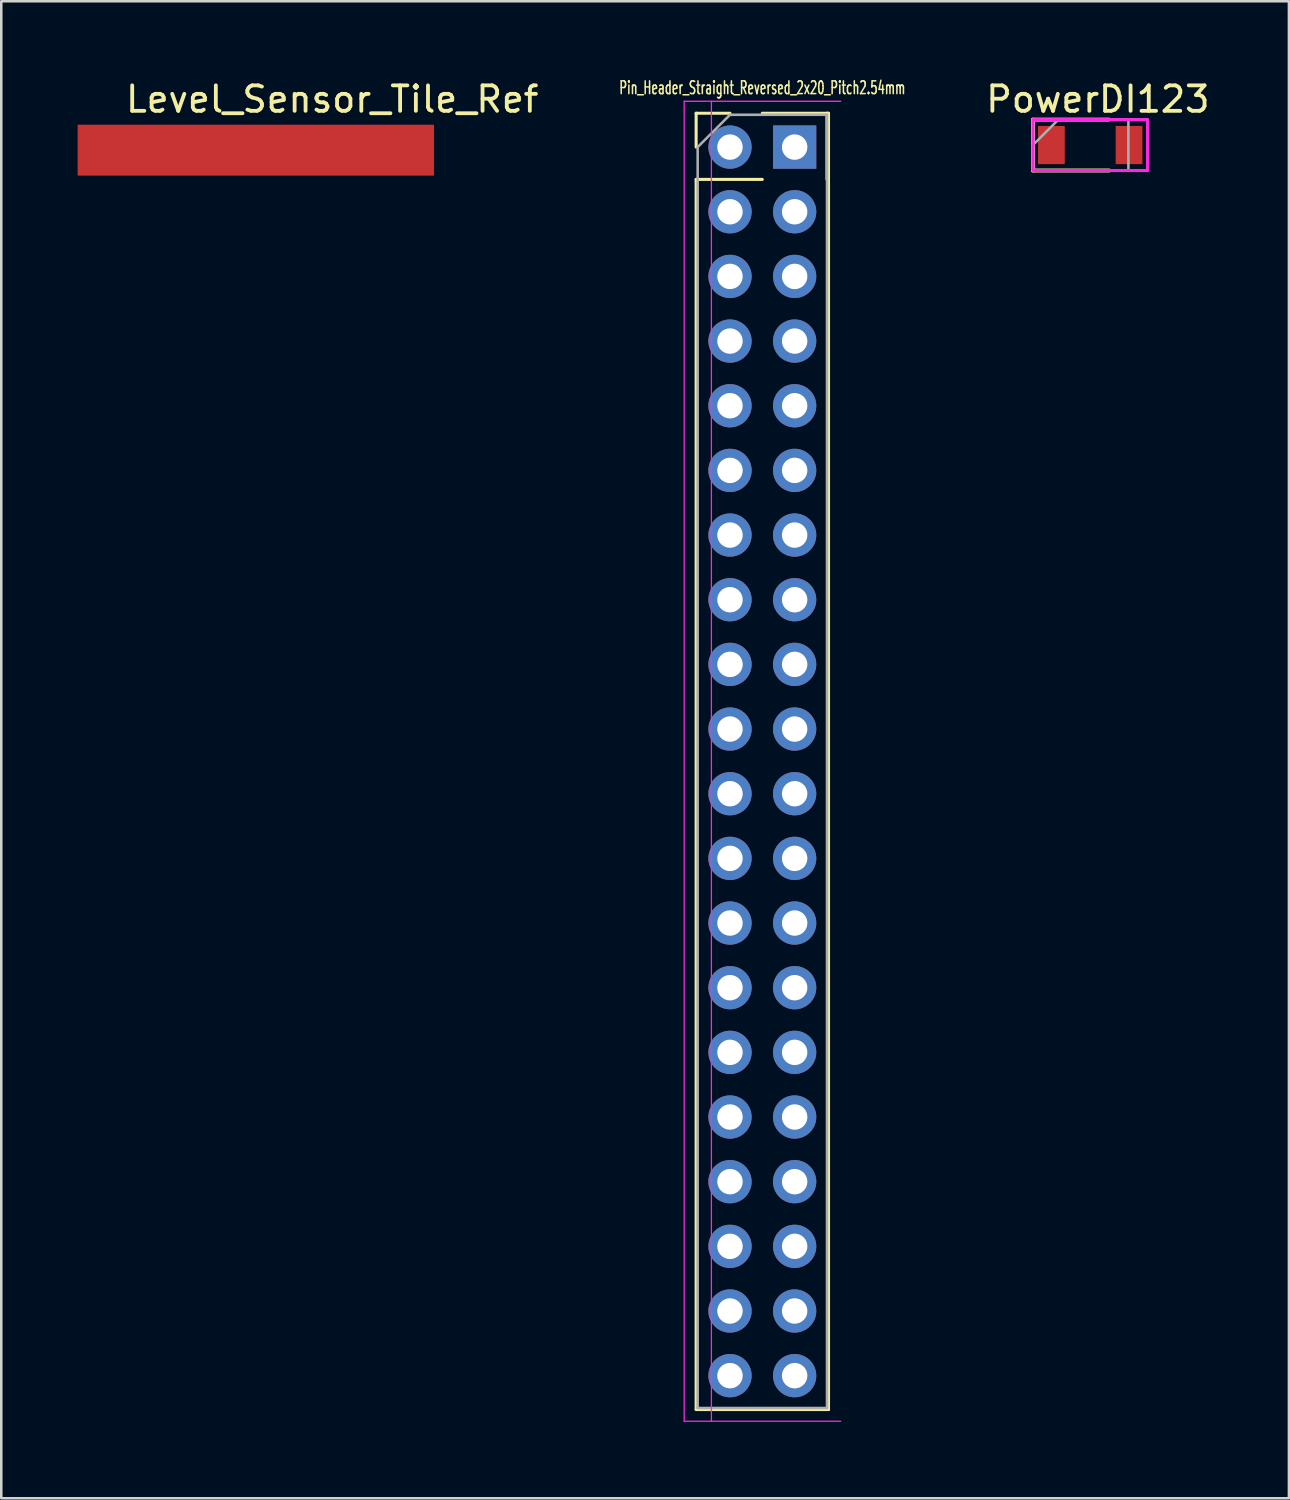
<source format=kicad_pcb>
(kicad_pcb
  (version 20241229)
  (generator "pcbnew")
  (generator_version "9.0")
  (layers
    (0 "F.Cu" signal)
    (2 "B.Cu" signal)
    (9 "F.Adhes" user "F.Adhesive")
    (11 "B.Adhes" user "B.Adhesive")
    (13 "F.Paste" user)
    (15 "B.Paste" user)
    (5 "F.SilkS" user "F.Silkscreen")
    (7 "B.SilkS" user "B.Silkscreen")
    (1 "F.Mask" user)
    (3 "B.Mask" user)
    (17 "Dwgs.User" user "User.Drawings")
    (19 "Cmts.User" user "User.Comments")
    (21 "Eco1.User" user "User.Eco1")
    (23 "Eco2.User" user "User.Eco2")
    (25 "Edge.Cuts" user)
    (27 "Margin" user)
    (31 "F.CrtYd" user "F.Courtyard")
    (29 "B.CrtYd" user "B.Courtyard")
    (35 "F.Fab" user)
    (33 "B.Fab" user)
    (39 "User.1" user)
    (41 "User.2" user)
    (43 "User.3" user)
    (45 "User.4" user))
  (footprint "Level_Sensor_Tile_Ref"
    (layer "F.Cu")
    (at 7 2.848)
    (property "Reference" "Level_Sensor_Tile_Ref" (at 3 -2 0) (unlocked yes) (layer "F.SilkS") (effects (font (size 1 1) (thickness 0.15))))
    (pad "1" smd rect (at 0 0) (size 14 2) (layers "F.Cu")))
  (footprint "PowerDI123"
    (layer "F.Cu")
    (at 39.775 2.648)
    (property "Reference" "PowerDI123" (at 0.3 -1.8 0) (unlocked yes) (layer "F.SilkS") (effects (font (size 1 1) (thickness 0.15))))
    (attr smd)
    (fp_line (start -2.25 -1) (end -2.25 1) (stroke (width 0.15) (type solid)) (layer "F.SilkS"))
    (fp_line (start -2.25 1) (end 0.75 1) (stroke (width 0.155) (type solid)) (layer "F.SilkS"))
    (fp_line (start 0.75 -1) (end -2.25 -1) (stroke (width 0.15) (type solid)) (layer "F.SilkS"))
    (fp_rect (start -2.25 -1) (end 2.25 1) (stroke (width 0.12) (type solid)) (fill no) (layer "F.CrtYd"))
    (fp_line (start -2.25 0) (end -1.25 -1) (stroke (width 0.1) (type solid)) (layer "F.Fab"))
    (fp_line (start -2.25 1) (end -2.25 0) (stroke (width 0.1) (type solid)) (layer "F.Fab"))
    (fp_line (start -1.25 -1) (end 2.25 -1) (stroke (width 0.1) (type solid)) (layer "F.Fab"))
    (fp_line (start 1.5 -1) (end 1.5 1) (stroke (width 0.1) (type solid)) (layer "F.Fab"))
    (fp_line (start 2.25 -1) (end 2.25 1) (stroke (width 0.1) (type solid)) (layer "F.Fab"))
    (fp_line (start 2.25 1) (end -2.25 1) (stroke (width 0.1) (type solid)) (layer "F.Fab"))
    (pad "1" smd rect (at -1.525 0) (size 1.05 1.5) (layers "F.Cu" "F.Mask" "F.Paste"))
    (pad "2" smd rect (at 1.525 0) (size 1.05 1.5) (layers "F.Cu" "F.Mask" "F.Paste")))
  (footprint "Pin_Header_Straight_Reversed_2x20_Pitch2.54mm"
    (layer "F.Cu")
    (at 25.625 2.728)
    (property "Reference" "Pin_Header_Straight_Reversed_2x20_Pitch2.54mm" (at 1.27 -2.33 0) (layer "F.SilkS") (effects (font (size 0.5 0.3) (thickness 0.06))))
    (attr through_hole)
    (fp_line (start -1.33 -1.33) (end 0 -1.33) (stroke (width 0.12) (type solid)) (layer "F.SilkS"))
    (fp_line (start -1.33 0) (end -1.33 -1.33) (stroke (width 0.12) (type solid)) (layer "F.SilkS"))
    (fp_line (start -1.33 1.27) (end -1.33 49.59) (stroke (width 0.12) (type solid)) (layer "F.SilkS"))
    (fp_line (start -1.33 1.27) (end 1.27 1.27) (stroke (width 0.12) (type solid)) (layer "F.SilkS"))
    (fp_line (start -1.33 49.59) (end 3.87 49.59) (stroke (width 0.12) (type solid)) (layer "F.SilkS"))
    (fp_line (start 1.27 -1.33) (end 3.87 -1.33) (stroke (width 0.12) (type solid)) (layer "F.SilkS"))
    (fp_line (start 3.81 1.27) (end 3.81 -1.33) (stroke (width 0.12) (type solid)) (layer "F.SilkS"))
    (fp_line (start 3.87 -1.33) (end 3.87 49.59) (stroke (width 0.12) (type solid)) (layer "F.SilkS"))
    (fp_line (start -1.8 -1.8) (end -1.8 50.05) (stroke (width 0.05) (type solid)) (layer "F.CrtYd"))
    (fp_line (start -1.8 50.05) (end 4.35 50.05) (stroke (width 0.05) (type solid)) (layer "F.CrtYd"))
    (fp_line (start -0.73 50.05) (end -0.73 -1.8) (stroke (width 0.05) (type solid)) (layer "F.CrtYd"))
    (fp_line (start 4.35 -1.8) (end -1.8 -1.8) (stroke (width 0.05) (type solid)) (layer "F.CrtYd"))
    (fp_line (start -1.27 0) (end 0 -1.27) (stroke (width 0.1) (type solid)) (layer "F.Fab"))
    (fp_line (start -1.27 49.53) (end -1.27 0) (stroke (width 0.1) (type solid)) (layer "F.Fab"))
    (fp_line (start 0 -1.27) (end 3.81 -1.27) (stroke (width 0.1) (type solid)) (layer "F.Fab"))
    (fp_line (start 3.81 -1.27) (end 3.81 49.53) (stroke (width 0.1) (type solid)) (layer "F.Fab"))
    (fp_line (start 3.81 49.53) (end -1.27 49.53) (stroke (width 0.1) (type solid)) (layer "F.Fab"))
    (pad "1" thru_hole rect (at 2.54 0) (size 1.7 1.7) (drill 1) (layers "*.Cu" "*.Mask"))
    (pad "2" thru_hole oval (at 0 0) (size 1.7 1.7) (drill 1) (layers "*.Cu" "*.Mask"))
    (pad "3" thru_hole oval (at 2.54 2.54) (size 1.7 1.7) (drill 1) (layers "*.Cu" "*.Mask"))
    (pad "4" thru_hole oval (at 0 2.54) (size 1.7 1.7) (drill 1) (layers "*.Cu" "*.Mask"))
    (pad "5" thru_hole oval (at 2.54 5.08) (size 1.7 1.7) (drill 1) (layers "*.Cu" "*.Mask"))
    (pad "6" thru_hole oval (at 0 5.08) (size 1.7 1.7) (drill 1) (layers "*.Cu" "*.Mask"))
    (pad "7" thru_hole oval (at 2.54 7.62) (size 1.7 1.7) (drill 1) (layers "*.Cu" "*.Mask"))
    (pad "8" thru_hole oval (at 0 7.62) (size 1.7 1.7) (drill 1) (layers "*.Cu" "*.Mask"))
    (pad "9" thru_hole oval (at 2.54 10.16) (size 1.7 1.7) (drill 1) (layers "*.Cu" "*.Mask"))
    (pad "10" thru_hole oval (at 0 10.16) (size 1.7 1.7) (drill 1) (layers "*.Cu" "*.Mask"))
    (pad "11" thru_hole oval (at 2.54 12.7) (size 1.7 1.7) (drill 1) (layers "*.Cu" "*.Mask"))
    (pad "12" thru_hole oval (at 0 12.7) (size 1.7 1.7) (drill 1) (layers "*.Cu" "*.Mask"))
    (pad "13" thru_hole oval (at 2.54 15.24) (size 1.7 1.7) (drill 1) (layers "*.Cu" "*.Mask"))
    (pad "14" thru_hole oval (at 0 15.24) (size 1.7 1.7) (drill 1) (layers "*.Cu" "*.Mask"))
    (pad "15" thru_hole oval (at 2.54 17.78) (size 1.7 1.7) (drill 1) (layers "*.Cu" "*.Mask"))
    (pad "16" thru_hole oval (at 0 17.78) (size 1.7 1.7) (drill 1) (layers "*.Cu" "*.Mask"))
    (pad "17" thru_hole oval (at 2.54 20.32) (size 1.7 1.7) (drill 1) (layers "*.Cu" "*.Mask"))
    (pad "18" thru_hole oval (at 0 20.32) (size 1.7 1.7) (drill 1) (layers "*.Cu" "*.Mask"))
    (pad "19" thru_hole oval (at 2.54 22.86) (size 1.7 1.7) (drill 1) (layers "*.Cu" "*.Mask"))
    (pad "20" thru_hole oval (at 0 22.86) (size 1.7 1.7) (drill 1) (layers "*.Cu" "*.Mask"))
    (pad "21" thru_hole oval (at 2.54 25.4) (size 1.7 1.7) (drill 1) (layers "*.Cu" "*.Mask"))
    (pad "22" thru_hole oval (at 0 25.4) (size 1.7 1.7) (drill 1) (layers "*.Cu" "*.Mask"))
    (pad "23" thru_hole oval (at 2.54 27.94) (size 1.7 1.7) (drill 1) (layers "*.Cu" "*.Mask"))
    (pad "24" thru_hole oval (at 0 27.94) (size 1.7 1.7) (drill 1) (layers "*.Cu" "*.Mask"))
    (pad "25" thru_hole oval (at 2.54 30.48) (size 1.7 1.7) (drill 1) (layers "*.Cu" "*.Mask"))
    (pad "26" thru_hole oval (at 0 30.48) (size 1.7 1.7) (drill 1) (layers "*.Cu" "*.Mask"))
    (pad "27" thru_hole oval (at 2.54 33.02) (size 1.7 1.7) (drill 1) (layers "*.Cu" "*.Mask"))
    (pad "28" thru_hole oval (at 0 33.02) (size 1.7 1.7) (drill 1) (layers "*.Cu" "*.Mask"))
    (pad "29" thru_hole oval (at 2.54 35.56) (size 1.7 1.7) (drill 1) (layers "*.Cu" "*.Mask"))
    (pad "30" thru_hole oval (at 0 35.56) (size 1.7 1.7) (drill 1) (layers "*.Cu" "*.Mask"))
    (pad "31" thru_hole oval (at 2.54 38.1) (size 1.7 1.7) (drill 1) (layers "*.Cu" "*.Mask"))
    (pad "32" thru_hole oval (at 0 38.1) (size 1.7 1.7) (drill 1) (layers "*.Cu" "*.Mask"))
    (pad "33" thru_hole oval (at 2.54 40.64) (size 1.7 1.7) (drill 1) (layers "*.Cu" "*.Mask"))
    (pad "34" thru_hole oval (at 0 40.64) (size 1.7 1.7) (drill 1) (layers "*.Cu" "*.Mask"))
    (pad "35" thru_hole oval (at 2.54 43.18) (size 1.7 1.7) (drill 1) (layers "*.Cu" "*.Mask"))
    (pad "36" thru_hole oval (at 0 43.18) (size 1.7 1.7) (drill 1) (layers "*.Cu" "*.Mask"))
    (pad "37" thru_hole oval (at 2.54 45.72) (size 1.7 1.7) (drill 1) (layers "*.Cu" "*.Mask"))
    (pad "38" thru_hole oval (at 0 45.72) (size 1.7 1.7) (drill 1) (layers "*.Cu" "*.Mask"))
    (pad "39" thru_hole oval (at 2.54 48.26) (size 1.7 1.7) (drill 1) (layers "*.Cu" "*.Mask"))
    (pad "40" thru_hole oval (at 0 48.26) (size 1.7 1.7) (drill 1) (layers "*.Cu" "*.Mask")))
  (gr_rect
    (start -3 -3)
    (end 47.581 55.803)
    (stroke (width 0.1) (type default))
    (fill no)
    (layer "Edge.Cuts")))
</source>
